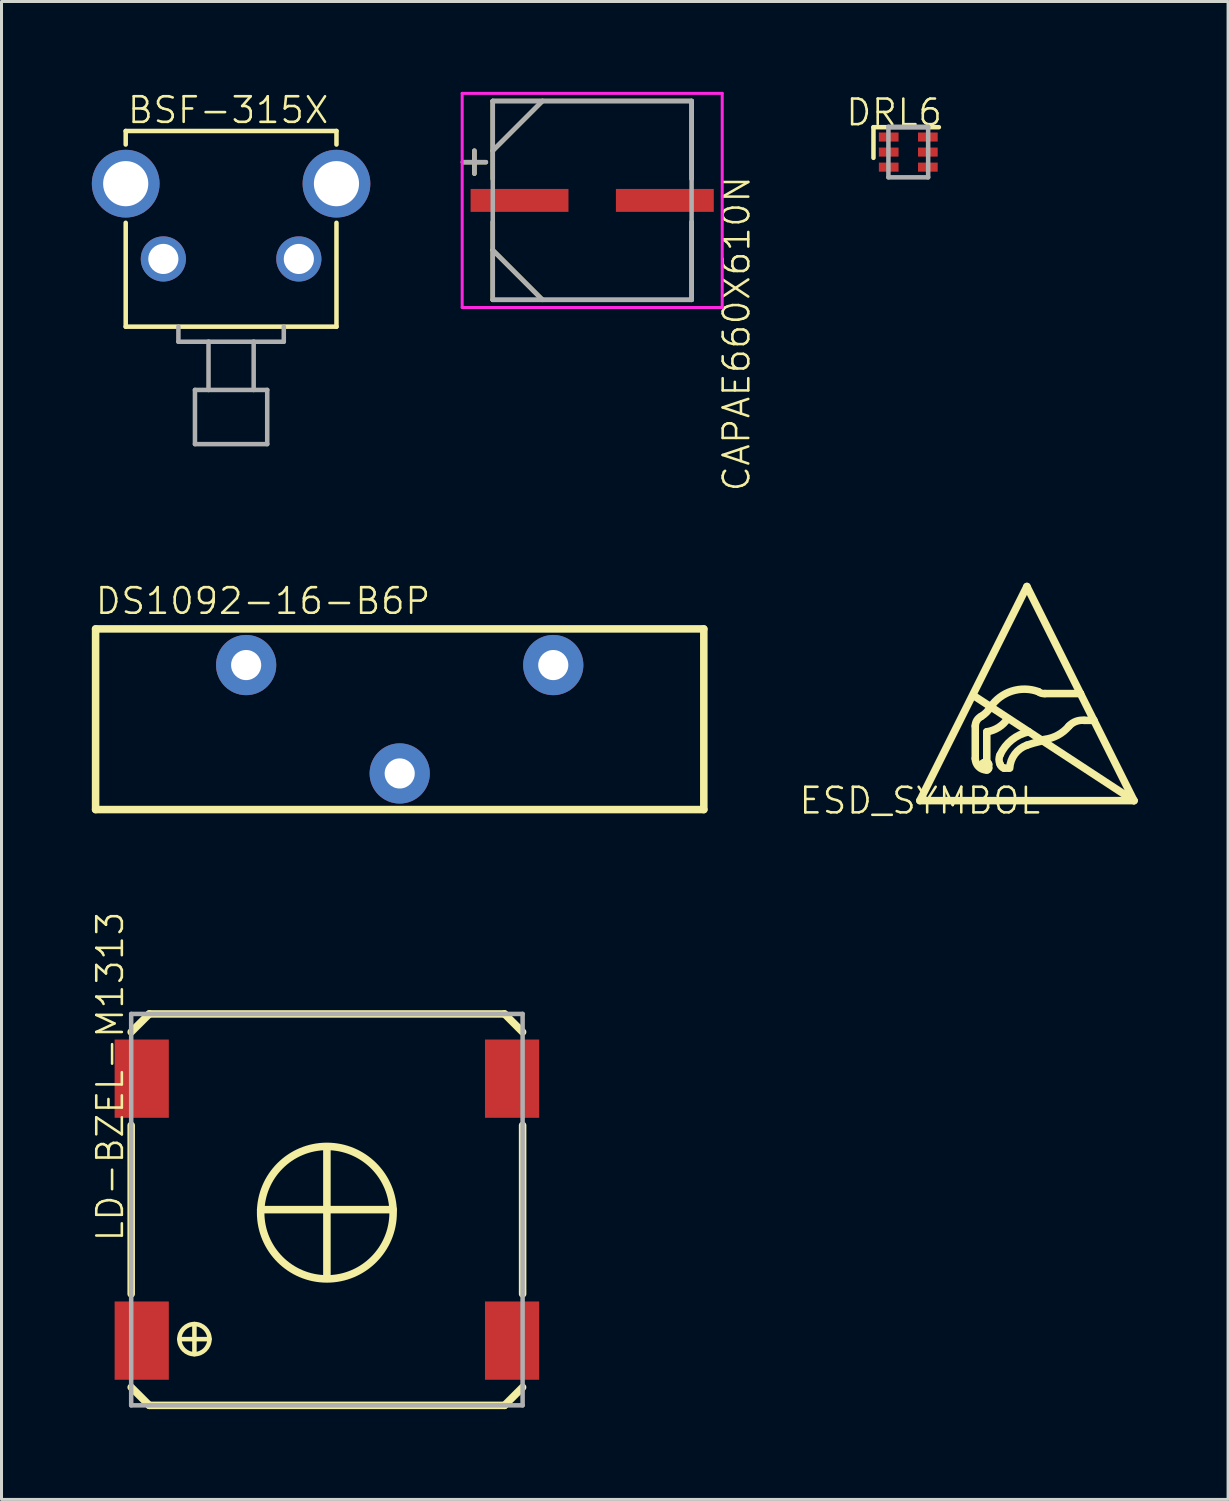
<source format=kicad_pcb>
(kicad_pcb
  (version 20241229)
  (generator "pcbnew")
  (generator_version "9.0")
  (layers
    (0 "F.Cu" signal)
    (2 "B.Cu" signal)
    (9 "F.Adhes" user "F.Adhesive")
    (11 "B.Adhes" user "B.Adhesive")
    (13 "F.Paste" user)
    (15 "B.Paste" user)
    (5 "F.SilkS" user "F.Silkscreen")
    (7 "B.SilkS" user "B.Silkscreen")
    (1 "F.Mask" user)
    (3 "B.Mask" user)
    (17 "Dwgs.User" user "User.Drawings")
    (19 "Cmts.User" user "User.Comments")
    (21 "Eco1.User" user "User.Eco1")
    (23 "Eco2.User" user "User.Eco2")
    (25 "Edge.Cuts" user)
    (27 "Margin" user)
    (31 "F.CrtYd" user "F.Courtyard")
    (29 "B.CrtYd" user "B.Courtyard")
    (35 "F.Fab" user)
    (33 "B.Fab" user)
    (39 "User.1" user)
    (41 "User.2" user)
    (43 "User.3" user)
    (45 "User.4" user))
  (footprint "LD-BZEL-M1313"
    (layer "F.Cu")
    (at 7.807 37.125)
    (property "Reference" "LD-BZEL-M1313" (at -6.702 1.117 90) (layer "F.SilkS") (effects (font (size 0.85 0.85) (thickness 0.085)) (justify left bottom)))
    (attr smd)
    (fp_line (start -6.5 -5.9) (end -5.9 -6.5) (stroke (width 0.25) (type solid)) (layer "F.SilkS"))
    (fp_line (start -6.5 -2.8) (end -6.5 2.8) (stroke (width 0.25) (type solid)) (layer "F.SilkS"))
    (fp_line (start -5.9 -6.5) (end 5.9 -6.5) (stroke (width 0.25) (type solid)) (layer "F.SilkS"))
    (fp_line (start -5.9 6.5) (end -6.5 5.9) (stroke (width 0.25) (type solid)) (layer "F.SilkS"))
    (fp_line (start -4.9 4.3) (end -3.9 4.3) (stroke (width 0.15) (type solid)) (layer "F.SilkS"))
    (fp_line (start -4.4 3.8) (end -4.4 4.8) (stroke (width 0.15) (type solid)) (layer "F.SilkS"))
    (fp_line (start 0 -2) (end 0 2.2) (stroke (width 0.25) (type solid)) (layer "F.SilkS"))
    (fp_line (start 2.2 0) (end -2.2 0) (stroke (width 0.25) (type solid)) (layer "F.SilkS"))
    (fp_line (start 5.9 -6.5) (end 6.5 -5.9) (stroke (width 0.25) (type solid)) (layer "F.SilkS"))
    (fp_line (start 5.9 6.5) (end -5.9 6.5) (stroke (width 0.25) (type solid)) (layer "F.SilkS"))
    (fp_line (start 6.5 -2.8) (end 6.5 2.8) (stroke (width 0.25) (type solid)) (layer "F.SilkS"))
    (fp_line (start 6.5 5.9) (end 5.9 6.5) (stroke (width 0.25) (type solid)) (layer "F.SilkS"))
    (fp_circle (center -4.4 4.3) (end -3.9 4.3) (stroke (width 0.15) (type solid)) (fill no) (layer "F.SilkS"))
    (fp_circle (center 0 0.1) (end 2.2 0.1) (stroke (width 0.25) (type solid)) (fill no) (layer "F.SilkS"))
    (fp_line (start -6.5 -6.5) (end 6.5 -6.5) (stroke (width 0.15) (type solid)) (layer "F.Fab"))
    (fp_line (start -6.5 6.5) (end -6.5 -6.5) (stroke (width 0.15) (type solid)) (layer "F.Fab"))
    (fp_line (start -6.5 6.5) (end 6.5 6.5) (stroke (width 0.15) (type solid)) (layer "F.Fab"))
    (fp_line (start 6.5 6.5) (end 6.5 -6.5) (stroke (width 0.15) (type solid)) (layer "F.Fab"))
    (pad "+" smd rect (at -6.15 4.35) (size 1.8 2.6) (layers "F.Cu" "F.Mask" "F.Paste"))
    (pad "-" smd rect (at 6.15 4.35) (size 1.8 2.6) (layers "F.Cu" "F.Mask" "F.Paste"))
    (pad "NC1" smd rect (at -6.15 -4.35) (size 1.8 2.6) (layers "F.Cu" "F.Mask" "F.Paste"))
    (pad "NC2" smd rect (at 6.15 -4.35) (size 1.8 2.6) (layers "F.Cu" "F.Mask" "F.Paste")))
  (footprint "CAPAE660X610N"
    (layer "F.Cu")
    (at 16.618 3.606)
    (property "Reference" "CAPAE660X610N" (at 4.297 -0.87 270) (layer "F.SilkS") (effects (font (size 0.85 0.85) (thickness 0.085)) (justify right top)))
    (attr smd)
    (fp_line (start -3.912 -1.651) (end -3.912 -0.889) (stroke (width 0.15) (type solid)) (layer "F.SilkS"))
    (fp_line (start -3.531 -1.27) (end -4.293 -1.27) (stroke (width 0.15) (type solid)) (layer "F.SilkS"))
    (fp_line (start -3.302 -3.302) (end -3.302 -0.711) (stroke (width 0.15) (type solid)) (layer "F.SilkS"))
    (fp_line (start -3.302 -1.651) (end -1.651 -3.302) (stroke (width 0.15) (type solid)) (layer "F.SilkS"))
    (fp_line (start -3.302 0.711) (end -3.302 1.651) (stroke (width 0.15) (type solid)) (layer "F.SilkS"))
    (fp_line (start -3.302 1.651) (end -3.302 3.302) (stroke (width 0.15) (type solid)) (layer "F.SilkS"))
    (fp_line (start -3.302 1.651) (end -1.651 3.302) (stroke (width 0.15) (type solid)) (layer "F.SilkS"))
    (fp_line (start -3.302 3.302) (end 3.302 3.302) (stroke (width 0.15) (type solid)) (layer "F.SilkS"))
    (fp_line (start 3.302 -3.302) (end -3.302 -3.302) (stroke (width 0.15) (type solid)) (layer "F.SilkS"))
    (fp_line (start 3.302 -0.711) (end 3.302 -3.302) (stroke (width 0.15) (type solid)) (layer "F.SilkS"))
    (fp_line (start 3.302 3.302) (end 3.302 0.711) (stroke (width 0.15) (type solid)) (layer "F.SilkS"))
    (fp_line (start -4.318 -3.556) (end 4.318 -3.556) (stroke (width 0.1) (type solid)) (layer "F.CrtYd"))
    (fp_line (start -4.318 3.556) (end -4.318 -3.556) (stroke (width 0.1) (type solid)) (layer "F.CrtYd"))
    (fp_line (start 4.318 -3.556) (end 4.318 3.556) (stroke (width 0.1) (type solid)) (layer "F.CrtYd"))
    (fp_line (start 4.318 3.556) (end -4.318 3.556) (stroke (width 0.1) (type solid)) (layer "F.CrtYd"))
    (fp_line (start -3.912 -1.651) (end -3.912 -0.889) (stroke (width 0.15) (type solid)) (layer "F.Fab"))
    (fp_line (start -3.531 -1.27) (end -4.293 -1.27) (stroke (width 0.15) (type solid)) (layer "F.Fab"))
    (fp_line (start -3.302 -3.302) (end -3.302 3.302) (stroke (width 0.15) (type solid)) (layer "F.Fab"))
    (fp_line (start -3.302 -1.651) (end -1.651 -3.302) (stroke (width 0.15) (type solid)) (layer "F.Fab"))
    (fp_line (start -3.302 1.651) (end -1.651 3.302) (stroke (width 0.15) (type solid)) (layer "F.Fab"))
    (fp_line (start -3.302 3.302) (end 3.302 3.302) (stroke (width 0.15) (type solid)) (layer "F.Fab"))
    (fp_line (start 3.302 -3.302) (end -3.302 -3.302) (stroke (width 0.15) (type solid)) (layer "F.Fab"))
    (fp_line (start 3.302 3.302) (end 3.302 -3.302) (stroke (width 0.15) (type solid)) (layer "F.Fab"))
    (pad "1" smd rect (at -2.413 0) (size 3.251 0.762) (layers "F.Cu" "F.Mask" "F.Paste"))
    (pad "2" smd rect (at 2.413 0) (size 3.251 0.762) (layers "F.Cu" "F.Mask" "F.Paste")))
  (footprint "ESD_SYMBOL"
    (layer "F.Cu")
    (at 27.5 23.541)
    (property "Reference" "ESD_SYMBOL" (at 0 0 0) (layer "F.SilkS") (effects (font (size 0.85 0.85) (thickness 0.085))))
    (attr through_hole)
    (fp_line (start 0 0) (end 7.112 0) (stroke (width 0.25) (type solid)) (layer "F.SilkS"))
    (fp_line (start 1.778 -3.493) (end 7.112 0) (stroke (width 0.25) (type solid)) (layer "F.SilkS"))
    (fp_line (start 1.841 -2.477) (end 1.841 -1.397) (stroke (width 0.25) (type solid)) (layer "F.SilkS"))
    (fp_line (start 2.223 -1.27) (end 2.159 -1.27) (stroke (width 0.25) (type solid)) (layer "F.SilkS"))
    (fp_line (start 2.223 -1.27) (end 2.223 -2.286) (stroke (width 0.25) (type solid)) (layer "F.SilkS"))
    (fp_line (start 2.286 -1.079) (end 2.286 -1.206) (stroke (width 0.25) (type solid)) (layer "F.SilkS"))
    (fp_line (start 2.794 -1.079) (end 2.946 -1.079) (stroke (width 0.25) (type solid)) (layer "F.SilkS"))
    (fp_line (start 3.556 -7.112) (end 0 0) (stroke (width 0.25) (type solid)) (layer "F.SilkS"))
    (fp_line (start 4.154 -3.556) (end 5.334 -3.556) (stroke (width 0.25) (type solid)) (layer "F.SilkS"))
    (fp_line (start 5.334 -3.556) (end 3.556 -7.112) (stroke (width 0.25) (type solid)) (layer "F.SilkS"))
    (fp_line (start 5.779 -2.667) (end 5.334 -3.556) (stroke (width 0.25) (type solid)) (layer "F.SilkS"))
    (fp_line (start 5.779 -2.667) (end 5.461 -2.667) (stroke (width 0.25) (type solid)) (layer "F.SilkS"))
    (fp_line (start 7.112 0) (end 5.779 -2.667) (stroke (width 0.25) (type solid)) (layer "F.SilkS"))
    (fp_arc (start 1.841499 -2.476499) (mid 1.892745 -2.661652) (end 2.032 -2.794) (stroke (width 0.25) (type solid)) (layer "F.SilkS"))
    (fp_arc (start 2.032 -1.143) (mid 2.069197 -1.232803) (end 2.159 -1.27) (stroke (width 0.25) (type solid)) (layer "F.SilkS"))
    (fp_arc (start 2.2225 -1.27) (mid 2.267401 -1.251401) (end 2.286 -1.2065) (stroke (width 0.25) (type solid)) (layer "F.SilkS"))
    (fp_arc (start 2.2225 -1.016) (mid 1.953092 -1.127592) (end 1.8415 -1.397) (stroke (width 0.25) (type solid)) (layer "F.SilkS"))
    (fp_arc (start 2.285999 -1.079499) (mid 2.26743 -1.034569) (end 2.2225 -1.016) (stroke (width 0.25) (type solid)) (layer "F.SilkS"))
    (fp_arc (start 2.3495 -3.1115) (mid 2.210301 -2.933199) (end 2.032 -2.794) (stroke (width 0.25) (type solid)) (layer "F.SilkS"))
    (fp_arc (start 2.3495 -3.1115) (mid 3.056084 -3.637891) (end 3.936999 -3.619499) (stroke (width 0.25) (type solid)) (layer "F.SilkS"))
    (fp_arc (start 2.666999 -1.524) (mid 3.053291 -2.017449) (end 3.6195 -2.286) (stroke (width 0.25) (type solid)) (layer "F.SilkS"))
    (fp_arc (start 2.667 -1.2065) (mid 2.629535 -1.36525) (end 2.667 -1.524) (stroke (width 0.25) (type solid)) (layer "F.SilkS"))
    (fp_arc (start 2.794 -1.0795) (mid 2.71551 -1.12801) (end 2.667 -1.2065) (stroke (width 0.25) (type solid)) (layer "F.SilkS"))
    (fp_arc (start 2.921 -2.7305) (mid 2.61894 -2.434094) (end 2.2225 -2.285999) (stroke (width 0.25) (type solid)) (layer "F.SilkS"))
    (fp_arc (start 2.984499 -1.079501) (mid 3.15485 -1.54705) (end 3.556 -1.8415) (stroke (width 0.25) (type solid)) (layer "F.SilkS"))
    (fp_arc (start 3.556 -1.8415) (mid 3.776318 -1.911761) (end 4.0005 -1.9685) (stroke (width 0.25) (type solid)) (layer "F.SilkS"))
    (fp_arc (start 4.153799 -3.556) (mid 4.039085 -3.566192) (end 3.937 -3.6195) (stroke (width 0.25) (type solid)) (layer "F.SilkS"))
    (fp_arc (start 4.952999 -2.4765) (mid 5.184516 -2.631706) (end 5.461 -2.667) (stroke (width 0.25) (type solid)) (layer "F.SilkS"))
    (fp_arc (start 4.953 -2.4765) (mid 4.583049 -2.174767) (end 4.1275 -2.032) (stroke (width 0.25) (type solid)) (layer "F.SilkS")))
  (footprint "BSF-315X"
    (layer "F.Cu")
    (at 4.625 5.55)
    (property "Reference" "BSF-315X" (at -3.493 -4.445 0) (layer "F.SilkS") (effects (font (size 0.85 0.85) (thickness 0.085)) (justify left bottom)))
    (attr through_hole)
    (fp_line (start -3.5 -4.25) (end -3.5 -3.8) (stroke (width 0.15) (type solid)) (layer "F.SilkS"))
    (fp_line (start -3.5 -4.25) (end 3.5 -4.25) (stroke (width 0.15) (type solid)) (layer "F.SilkS"))
    (fp_line (start -3.5 2.25) (end -3.5 -1.2) (stroke (width 0.15) (type solid)) (layer "F.SilkS"))
    (fp_line (start -3.5 2.25) (end 3.5 2.25) (stroke (width 0.15) (type solid)) (layer "F.SilkS"))
    (fp_line (start 3.5 -4.25) (end 3.5 -3.8) (stroke (width 0.15) (type solid)) (layer "F.SilkS"))
    (fp_line (start 3.5 2.25) (end 3.5 -1.2) (stroke (width 0.15) (type solid)) (layer "F.SilkS"))
    (fp_line (start -1.75 2.25) (end -1.75 2.75) (stroke (width 0.15) (type solid)) (layer "F.Fab"))
    (fp_line (start -1.75 2.75) (end -0.75 2.75) (stroke (width 0.15) (type solid)) (layer "F.Fab"))
    (fp_line (start -1.2 4.35) (end -1.2 6.15) (stroke (width 0.15) (type solid)) (layer "F.Fab"))
    (fp_line (start -1.2 4.35) (end -0.75 4.35) (stroke (width 0.15) (type solid)) (layer "F.Fab"))
    (fp_line (start -1.2 6.15) (end 1.2 6.15) (stroke (width 0.15) (type solid)) (layer "F.Fab"))
    (fp_line (start -0.75 2.75) (end -0.75 4.35) (stroke (width 0.15) (type solid)) (layer "F.Fab"))
    (fp_line (start -0.75 2.75) (end 0.75 2.75) (stroke (width 0.15) (type solid)) (layer "F.Fab"))
    (fp_line (start -0.75 4.35) (end 0.75 4.35) (stroke (width 0.15) (type solid)) (layer "F.Fab"))
    (fp_line (start 0.75 2.75) (end 0.75 4.35) (stroke (width 0.15) (type solid)) (layer "F.Fab"))
    (fp_line (start 0.75 2.75) (end 1.75 2.75) (stroke (width 0.15) (type solid)) (layer "F.Fab"))
    (fp_line (start 0.75 4.35) (end 1.2 4.35) (stroke (width 0.15) (type solid)) (layer "F.Fab"))
    (fp_line (start 1.2 4.35) (end 1.2 6.15) (stroke (width 0.15) (type solid)) (layer "F.Fab"))
    (fp_line (start 1.75 2.25) (end 1.75 2.75) (stroke (width 0.15) (type solid)) (layer "F.Fab"))
    (pad "1" thru_hole circle (at -2.25 0) (size 1.5 1.5) (drill 1) (layers "*.Cu" "*.Mask"))
    (pad "2" thru_hole circle (at 2.25 0) (size 1.5 1.5) (drill 1) (layers "*.Cu" "*.Mask"))
    (pad "3" thru_hole circle (at -3.5 -2.5) (size 2.25 2.25) (drill 1.5) (layers "*.Cu" "*.Mask"))
    (pad "4" thru_hole circle (at 3.5 -2.5) (size 2.25 2.25) (drill 1.5) (layers "*.Cu" "*.Mask")))
  (footprint "DS1092-16-B6P"
    (layer "F.Cu")
    (at 10.225 20.838)
    (property "Reference" "DS1092-16-B6P" (at -10.16 -3.429 0) (layer "F.SilkS") (effects (font (size 0.85 0.85) (thickness 0.085)) (justify left bottom)))
    (attr through_hole)
    (fp_line (start -10.1 -3) (end -10.1 3) (stroke (width 0.25) (type solid)) (layer "F.SilkS"))
    (fp_line (start -10.1 -3) (end 10.1 -3) (stroke (width 0.25) (type solid)) (layer "F.SilkS"))
    (fp_line (start -10.1 3) (end 10.1 3) (stroke (width 0.25) (type solid)) (layer "F.SilkS"))
    (fp_line (start 10.1 -3) (end 10.1 3) (stroke (width 0.25) (type solid)) (layer "F.SilkS"))
    (pad "1" thru_hole circle (at -5.1 -1.8) (size 2 2) (drill 1) (layers "*.Cu" "*.Mask"))
    (pad "2" thru_hole circle (at 0 1.8) (size 2 2) (drill 1) (layers "*.Cu" "*.Mask"))
    (pad "3" thru_hole circle (at 5.1 -1.8) (size 2 2) (drill 1) (layers "*.Cu" "*.Mask")))
  (footprint "DRL6"
    (layer "F.Cu")
    (at 27.116 2.001)
    (property "Reference" "DRL6" (at 1.186 -1.814 0) (layer "F.SilkS") (effects (font (size 0.85 0.85) (thickness 0.085)) (justify right top)))
    (attr smd)
    (fp_line (start -1.156 -0.826) (end -1.156 0.191) (stroke (width 0.15) (type solid)) (layer "F.SilkS"))
    (fp_line (start 1.016 -0.826) (end -1.156 -0.826) (stroke (width 0.15) (type solid)) (layer "F.SilkS"))
    (fp_line (start -0.66 -0.838) (end -0.66 0.838) (stroke (width 0.15) (type solid)) (layer "F.Fab"))
    (fp_line (start -0.66 0.838) (end 0.66 0.838) (stroke (width 0.15) (type solid)) (layer "F.Fab"))
    (fp_line (start 0.66 -0.838) (end -0.66 -0.838) (stroke (width 0.15) (type solid)) (layer "F.Fab"))
    (fp_line (start 0.66 0.838) (end 0.66 -0.838) (stroke (width 0.15) (type solid)) (layer "F.Fab"))
    (pad "1" smd rect (at -0.65 -0.5) (size 0.654 0.301) (layers "F.Cu" "F.Mask" "F.Paste"))
    (pad "2" smd rect (at -0.65 0) (size 0.654 0.301) (layers "F.Cu" "F.Mask" "F.Paste"))
    (pad "3" smd rect (at -0.65 0.5) (size 0.654 0.301) (layers "F.Cu" "F.Mask" "F.Paste"))
    (pad "4" smd rect (at 0.65 0.5) (size 0.654 0.301) (layers "F.Cu" "F.Mask" "F.Paste"))
    (pad "5" smd rect (at 0.65 0) (size 0.654 0.301) (layers "F.Cu" "F.Mask" "F.Paste"))
    (pad "6" smd rect (at 0.65 -0.5) (size 0.654 0.301) (layers "F.Cu" "F.Mask" "F.Paste")))
  (gr_rect
    (start -3 -3)
    (end 37.737 46.75)
    (stroke (width 0.1) (type default))
    (fill no)
    (layer "Edge.Cuts")))
</source>
